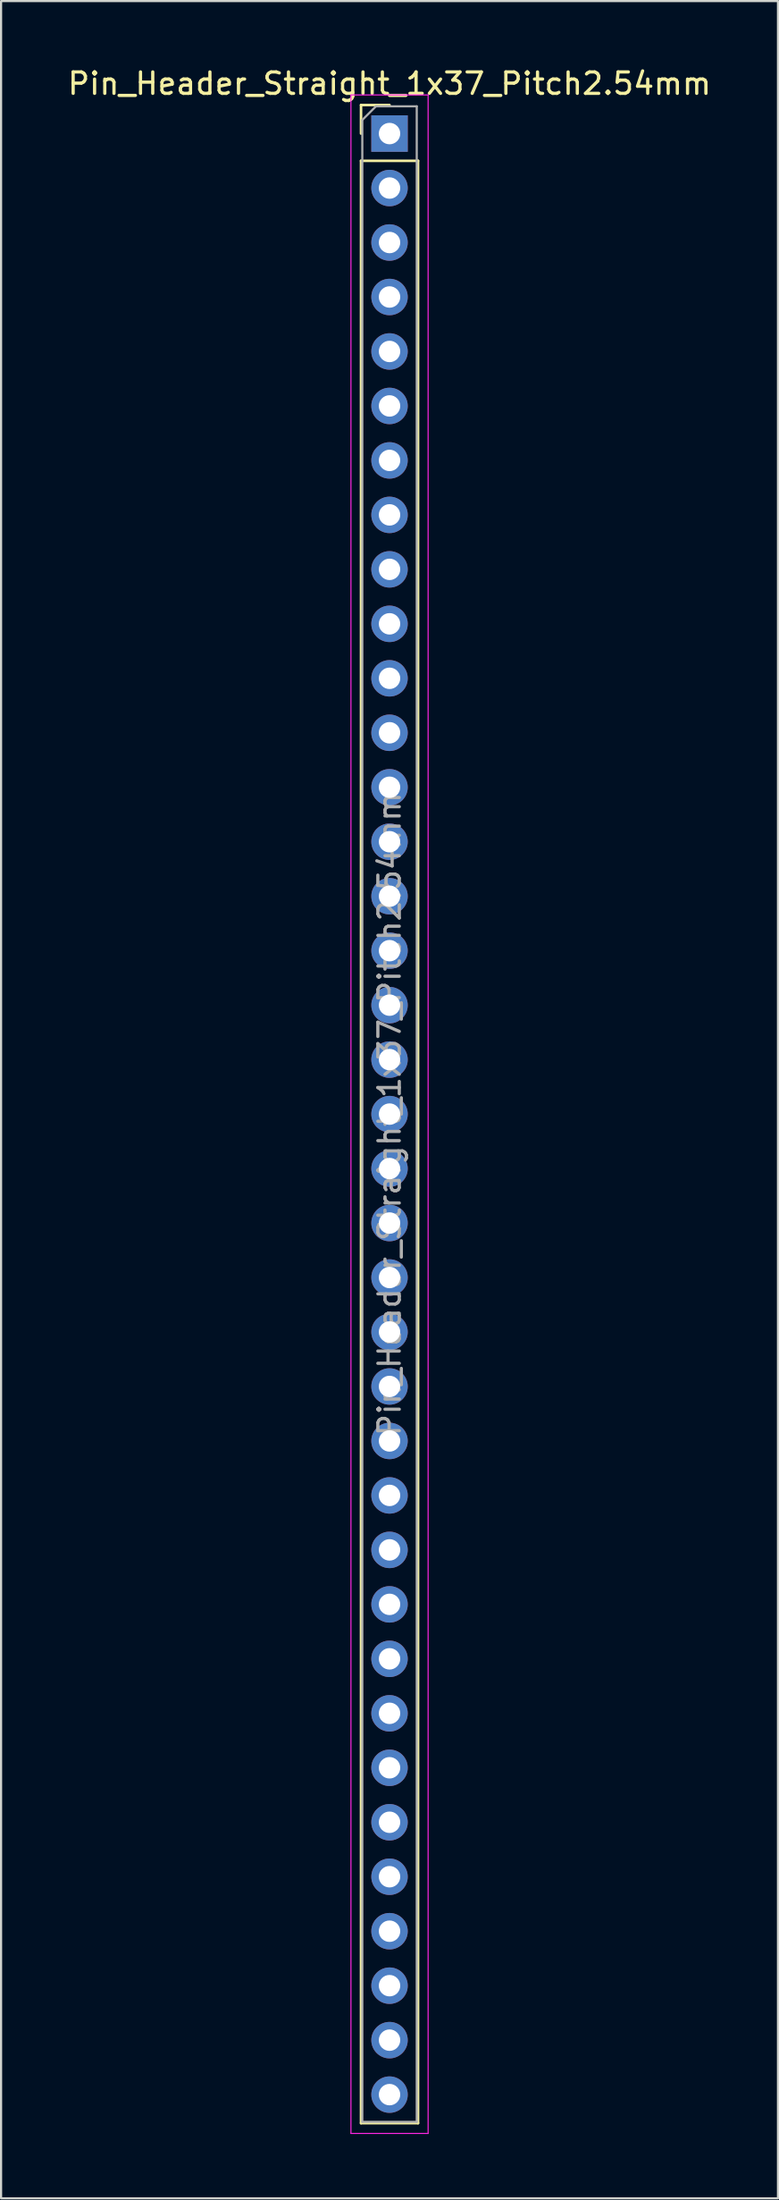
<source format=kicad_pcb>
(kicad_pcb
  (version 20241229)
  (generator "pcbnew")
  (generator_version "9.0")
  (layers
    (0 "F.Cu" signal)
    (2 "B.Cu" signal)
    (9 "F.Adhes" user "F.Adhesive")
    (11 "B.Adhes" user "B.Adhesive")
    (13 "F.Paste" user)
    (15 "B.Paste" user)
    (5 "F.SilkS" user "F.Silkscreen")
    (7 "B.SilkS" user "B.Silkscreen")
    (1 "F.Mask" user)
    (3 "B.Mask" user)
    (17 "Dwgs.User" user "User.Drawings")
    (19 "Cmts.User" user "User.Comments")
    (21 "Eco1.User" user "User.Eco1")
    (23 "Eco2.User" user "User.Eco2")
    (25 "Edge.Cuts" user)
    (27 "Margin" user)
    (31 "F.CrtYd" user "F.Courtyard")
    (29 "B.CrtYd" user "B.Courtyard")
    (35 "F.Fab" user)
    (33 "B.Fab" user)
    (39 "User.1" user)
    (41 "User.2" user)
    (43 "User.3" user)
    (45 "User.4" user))
  (footprint "Pin_Header_Straight_1x37_Pitch2.54mm"
    (layer "F.Cu")
    (at 15.125 3.178)
    (property "Reference" "Pin_Header_Straight_1x37_Pitch2.54mm" (at 0 -2.33 0) (layer "F.SilkS") (effects (font (size 1 1) (thickness 0.15))))
    (attr through_hole)
    (fp_line (start -1.33 -1.33) (end 0 -1.33) (stroke (width 0.12) (type solid)) (layer "F.SilkS"))
    (fp_line (start -1.33 0) (end -1.33 -1.33) (stroke (width 0.12) (type solid)) (layer "F.SilkS"))
    (fp_line (start -1.33 1.27) (end -1.33 92.77) (stroke (width 0.12) (type solid)) (layer "F.SilkS"))
    (fp_line (start -1.33 1.27) (end 1.33 1.27) (stroke (width 0.12) (type solid)) (layer "F.SilkS"))
    (fp_line (start -1.33 92.77) (end 1.33 92.77) (stroke (width 0.12) (type solid)) (layer "F.SilkS"))
    (fp_line (start 1.33 1.27) (end 1.33 92.77) (stroke (width 0.12) (type solid)) (layer "F.SilkS"))
    (fp_line (start -1.8 -1.8) (end -1.8 93.25) (stroke (width 0.05) (type solid)) (layer "F.CrtYd"))
    (fp_line (start -1.8 93.25) (end 1.8 93.25) (stroke (width 0.05) (type solid)) (layer "F.CrtYd"))
    (fp_line (start 1.8 -1.8) (end -1.8 -1.8) (stroke (width 0.05) (type solid)) (layer "F.CrtYd"))
    (fp_line (start 1.8 93.25) (end 1.8 -1.8) (stroke (width 0.05) (type solid)) (layer "F.CrtYd"))
    (fp_line (start -1.27 -0.635) (end -0.635 -1.27) (stroke (width 0.1) (type solid)) (layer "F.Fab"))
    (fp_line (start -1.27 92.71) (end -1.27 -0.635) (stroke (width 0.1) (type solid)) (layer "F.Fab"))
    (fp_line (start -0.635 -1.27) (end 1.27 -1.27) (stroke (width 0.1) (type solid)) (layer "F.Fab"))
    (fp_line (start 1.27 -1.27) (end 1.27 92.71) (stroke (width 0.1) (type solid)) (layer "F.Fab"))
    (fp_line (start 1.27 92.71) (end -1.27 92.71) (stroke (width 0.1) (type solid)) (layer "F.Fab"))
    (fp_text user "${REFERENCE}" (at 0 45.72 90) (layer "F.Fab") (effects (font (size 1 1) (thickness 0.15))))
    (pad "1" thru_hole rect (at 0 0) (size 1.7 1.7) (drill 1) (layers "*.Cu" "*.Mask"))
    (pad "2" thru_hole oval (at 0 2.54) (size 1.7 1.7) (drill 1) (layers "*.Cu" "*.Mask"))
    (pad "3" thru_hole oval (at 0 5.08) (size 1.7 1.7) (drill 1) (layers "*.Cu" "*.Mask"))
    (pad "4" thru_hole oval (at 0 7.62) (size 1.7 1.7) (drill 1) (layers "*.Cu" "*.Mask"))
    (pad "5" thru_hole oval (at 0 10.16) (size 1.7 1.7) (drill 1) (layers "*.Cu" "*.Mask"))
    (pad "6" thru_hole oval (at 0 12.7) (size 1.7 1.7) (drill 1) (layers "*.Cu" "*.Mask"))
    (pad "7" thru_hole oval (at 0 15.24) (size 1.7 1.7) (drill 1) (layers "*.Cu" "*.Mask"))
    (pad "8" thru_hole oval (at 0 17.78) (size 1.7 1.7) (drill 1) (layers "*.Cu" "*.Mask"))
    (pad "9" thru_hole oval (at 0 20.32) (size 1.7 1.7) (drill 1) (layers "*.Cu" "*.Mask"))
    (pad "10" thru_hole oval (at 0 22.86) (size 1.7 1.7) (drill 1) (layers "*.Cu" "*.Mask"))
    (pad "11" thru_hole oval (at 0 25.4) (size 1.7 1.7) (drill 1) (layers "*.Cu" "*.Mask"))
    (pad "12" thru_hole oval (at 0 27.94) (size 1.7 1.7) (drill 1) (layers "*.Cu" "*.Mask"))
    (pad "13" thru_hole oval (at 0 30.48) (size 1.7 1.7) (drill 1) (layers "*.Cu" "*.Mask"))
    (pad "14" thru_hole oval (at 0 33.02) (size 1.7 1.7) (drill 1) (layers "*.Cu" "*.Mask"))
    (pad "15" thru_hole oval (at 0 35.56) (size 1.7 1.7) (drill 1) (layers "*.Cu" "*.Mask"))
    (pad "16" thru_hole oval (at 0 38.1) (size 1.7 1.7) (drill 1) (layers "*.Cu" "*.Mask"))
    (pad "17" thru_hole oval (at 0 40.64) (size 1.7 1.7) (drill 1) (layers "*.Cu" "*.Mask"))
    (pad "18" thru_hole oval (at 0 43.18) (size 1.7 1.7) (drill 1) (layers "*.Cu" "*.Mask"))
    (pad "19" thru_hole oval (at 0 45.72) (size 1.7 1.7) (drill 1) (layers "*.Cu" "*.Mask"))
    (pad "20" thru_hole oval (at 0 48.26) (size 1.7 1.7) (drill 1) (layers "*.Cu" "*.Mask"))
    (pad "21" thru_hole oval (at 0 50.8) (size 1.7 1.7) (drill 1) (layers "*.Cu" "*.Mask"))
    (pad "22" thru_hole oval (at 0 53.34) (size 1.7 1.7) (drill 1) (layers "*.Cu" "*.Mask"))
    (pad "23" thru_hole oval (at 0 55.88) (size 1.7 1.7) (drill 1) (layers "*.Cu" "*.Mask"))
    (pad "24" thru_hole oval (at 0 58.42) (size 1.7 1.7) (drill 1) (layers "*.Cu" "*.Mask"))
    (pad "25" thru_hole oval (at 0 60.96) (size 1.7 1.7) (drill 1) (layers "*.Cu" "*.Mask"))
    (pad "26" thru_hole oval (at 0 63.5) (size 1.7 1.7) (drill 1) (layers "*.Cu" "*.Mask"))
    (pad "27" thru_hole oval (at 0 66.04) (size 1.7 1.7) (drill 1) (layers "*.Cu" "*.Mask"))
    (pad "28" thru_hole oval (at 0 68.58) (size 1.7 1.7) (drill 1) (layers "*.Cu" "*.Mask"))
    (pad "29" thru_hole oval (at 0 71.12) (size 1.7 1.7) (drill 1) (layers "*.Cu" "*.Mask"))
    (pad "30" thru_hole oval (at 0 73.66) (size 1.7 1.7) (drill 1) (layers "*.Cu" "*.Mask"))
    (pad "31" thru_hole oval (at 0 76.2) (size 1.7 1.7) (drill 1) (layers "*.Cu" "*.Mask"))
    (pad "32" thru_hole oval (at 0 78.74) (size 1.7 1.7) (drill 1) (layers "*.Cu" "*.Mask"))
    (pad "33" thru_hole oval (at 0 81.28) (size 1.7 1.7) (drill 1) (layers "*.Cu" "*.Mask"))
    (pad "34" thru_hole oval (at 0 83.82) (size 1.7 1.7) (drill 1) (layers "*.Cu" "*.Mask"))
    (pad "35" thru_hole oval (at 0 86.36) (size 1.7 1.7) (drill 1) (layers "*.Cu" "*.Mask"))
    (pad "36" thru_hole oval (at 0 88.9) (size 1.7 1.7) (drill 1) (layers "*.Cu" "*.Mask"))
    (pad "37" thru_hole oval (at 0 91.44) (size 1.7 1.7) (drill 1) (layers "*.Cu" "*.Mask")))
  (gr_rect
    (start -3 -3)
    (end 33.25 99.453)
    (stroke (width 0.1) (type default))
    (fill no)
    (layer "Edge.Cuts")))
</source>
